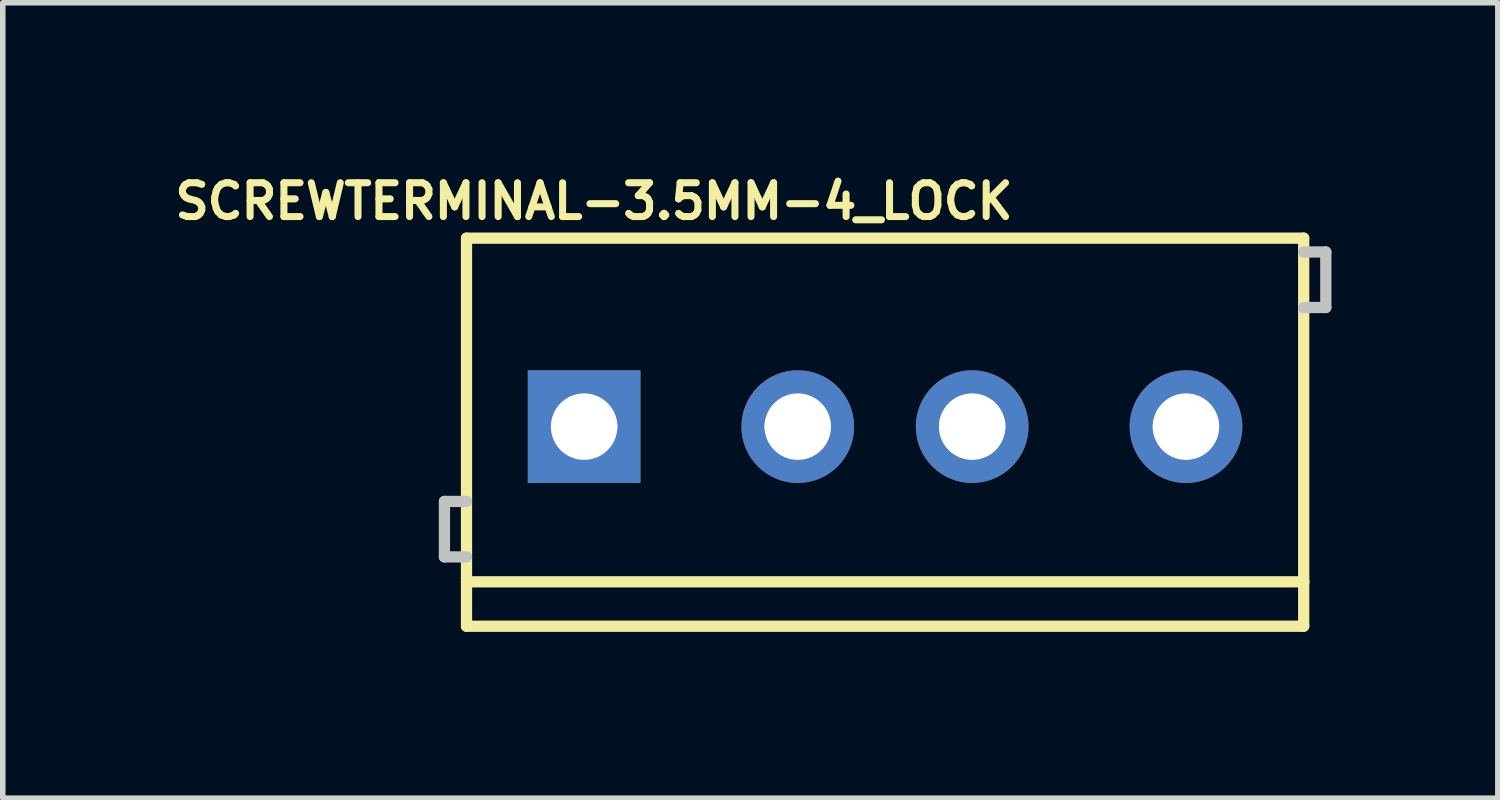
<source format=kicad_pcb>
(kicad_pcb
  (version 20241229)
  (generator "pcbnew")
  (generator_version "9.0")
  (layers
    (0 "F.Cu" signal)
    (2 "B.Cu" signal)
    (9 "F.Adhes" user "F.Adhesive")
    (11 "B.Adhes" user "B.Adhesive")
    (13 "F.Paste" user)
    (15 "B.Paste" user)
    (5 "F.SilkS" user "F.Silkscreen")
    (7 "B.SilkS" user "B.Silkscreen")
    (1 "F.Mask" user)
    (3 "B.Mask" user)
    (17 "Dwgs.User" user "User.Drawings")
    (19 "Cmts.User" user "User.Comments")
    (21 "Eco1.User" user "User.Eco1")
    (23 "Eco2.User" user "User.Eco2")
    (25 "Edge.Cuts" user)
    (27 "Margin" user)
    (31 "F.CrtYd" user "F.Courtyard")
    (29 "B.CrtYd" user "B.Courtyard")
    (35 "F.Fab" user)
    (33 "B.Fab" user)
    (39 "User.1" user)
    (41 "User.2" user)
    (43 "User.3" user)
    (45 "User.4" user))
  (footprint "SCREWTERMINAL-3.5MM-4_LOCK"
    (layer "F.Cu")
    (at 7.662 4.644)
    (property "Reference" "SCREWTERMINAL-3.5MM-4_LOCK" (at 0 -4.064 0) (layer "F.SilkS") (effects (font (size 0.61 0.61) (thickness 0.127))))
    (attr exclude_from_pos_files exclude_from_bom)
    (fp_line (start -2.299 -3.399) (end 12.799 -3.399) (stroke (width 0.203) (type solid)) (layer "F.SilkS"))
    (fp_line (start -2.299 2.799) (end -2.299 -3.399) (stroke (width 0.203) (type solid)) (layer "F.SilkS"))
    (fp_line (start -2.299 3.599) (end -2.299 2.799) (stroke (width 0.203) (type solid)) (layer "F.SilkS"))
    (fp_line (start 12.799 -3.399) (end 12.799 2.799) (stroke (width 0.203) (type solid)) (layer "F.SilkS"))
    (fp_line (start 12.799 2.799) (end -2.299 2.799) (stroke (width 0.203) (type solid)) (layer "F.SilkS"))
    (fp_line (start 12.799 2.799) (end 12.799 3.599) (stroke (width 0.203) (type solid)) (layer "F.SilkS"))
    (fp_line (start 12.799 3.599) (end -2.299 3.599) (stroke (width 0.203) (type solid)) (layer "F.SilkS"))
    (fp_line (start -2.697 1.349) (end -2.697 2.349) (stroke (width 0.203) (type solid)) (layer "Dwgs.User"))
    (fp_line (start -2.697 2.349) (end -2.299 2.349) (stroke (width 0.203) (type solid)) (layer "Dwgs.User"))
    (fp_line (start -2.299 1.349) (end -2.697 1.349) (stroke (width 0.203) (type solid)) (layer "Dwgs.User"))
    (fp_line (start 12.799 -3.15) (end 13.198 -3.15) (stroke (width 0.203) (type solid)) (layer "Dwgs.User"))
    (fp_line (start 13.198 -3.15) (end 13.198 -2.149) (stroke (width 0.203) (type solid)) (layer "Dwgs.User"))
    (fp_line (start 13.198 -2.149) (end 12.799 -2.149) (stroke (width 0.203) (type solid)) (layer "Dwgs.User"))
    (fp_circle (center 0 0) (end 0 -0.424) (stroke (width 0) (type solid)) (fill yes) (layer "Dwgs.User"))
    (fp_circle (center 3.498 0) (end 3.498 -0.424) (stroke (width 0) (type solid)) (fill yes) (layer "Dwgs.User"))
    (fp_circle (center 6.998 0) (end 6.998 -0.424) (stroke (width 0) (type solid)) (fill yes) (layer "Dwgs.User"))
    (fp_circle (center 10.498 0) (end 10.498 -0.424) (stroke (width 0) (type solid)) (fill yes) (layer "Dwgs.User"))
    (pad "1" thru_hole rect (at -0.178 0) (size 2.032 2.032) (drill 1.199) (layers "*.Cu" "*.Mask"))
    (pad "2" thru_hole circle (at 3.675 0) (size 2.032 2.032) (drill 1.199) (layers "*.Cu" "*.Mask"))
    (pad "3" thru_hole circle (at 6.82 0) (size 2.032 2.032) (drill 1.199) (layers "*.Cu" "*.Mask"))
    (pad "4" thru_hole circle (at 10.676 0) (size 2.032 2.032) (drill 1.199) (layers "*.Cu" "*.Mask")))
  (gr_rect
    (start -3 -3)
    (end 23.962 11.344)
    (stroke (width 0.1) (type default))
    (fill no)
    (layer "Edge.Cuts")))
</source>
